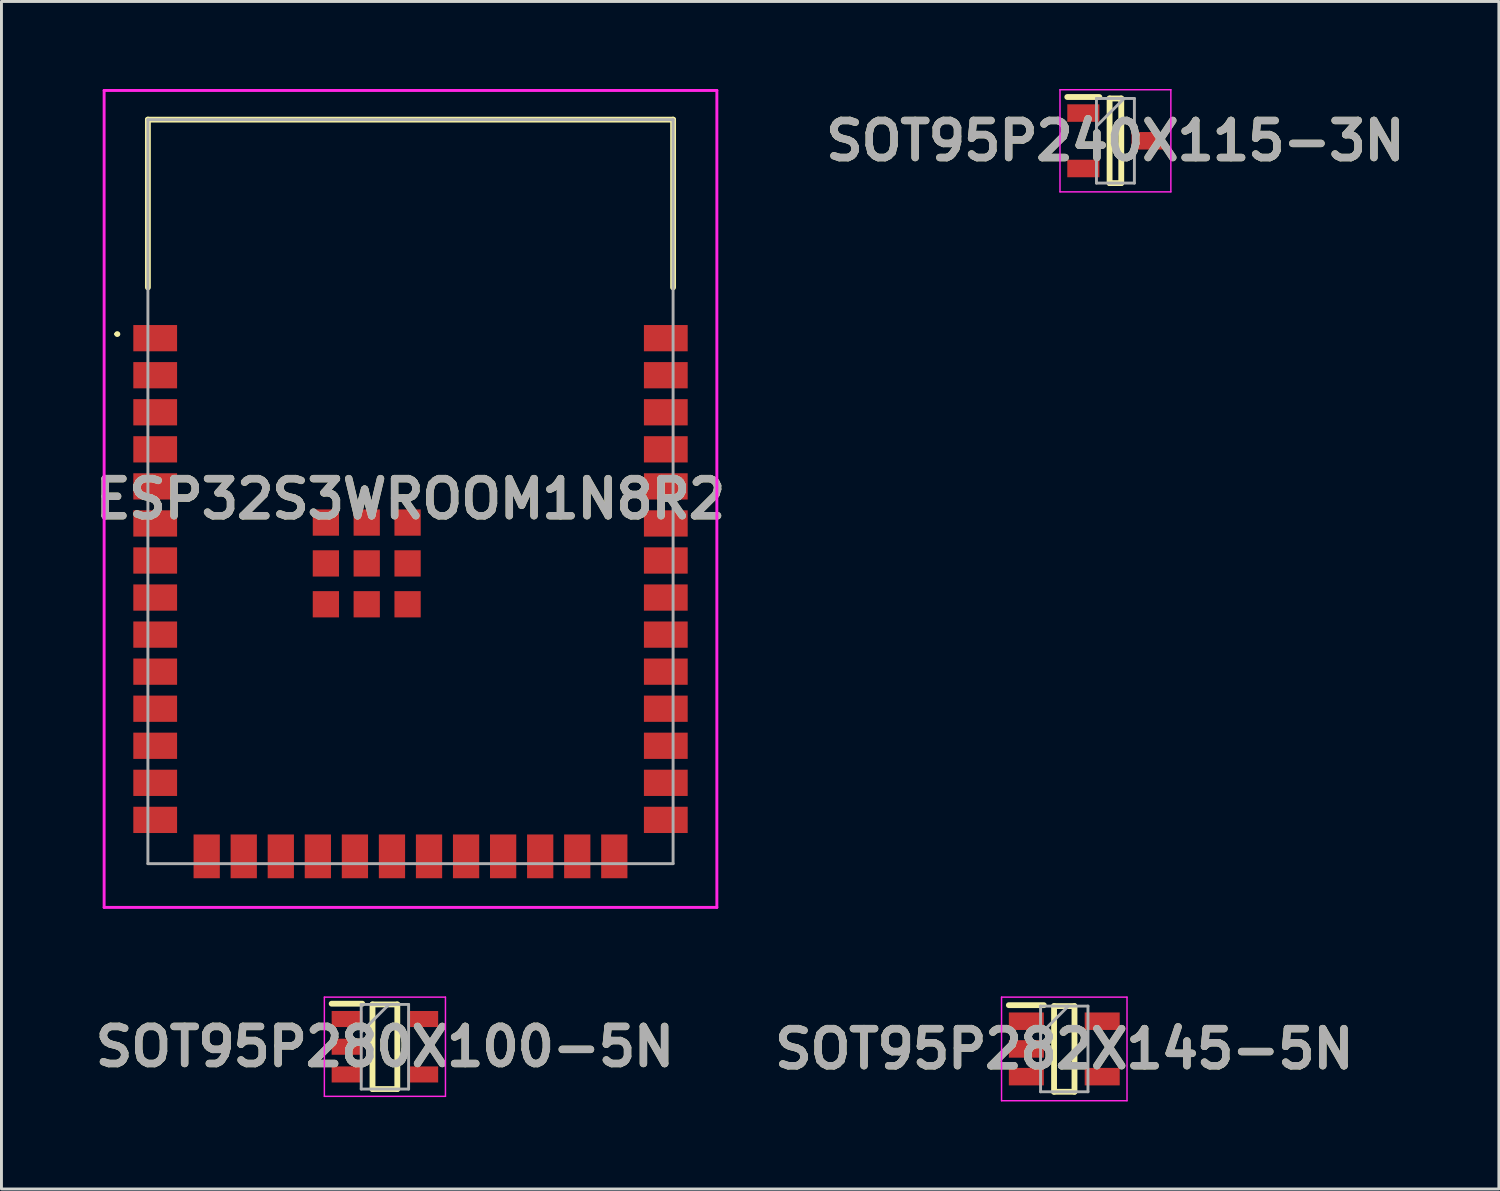
<source format=kicad_pcb>
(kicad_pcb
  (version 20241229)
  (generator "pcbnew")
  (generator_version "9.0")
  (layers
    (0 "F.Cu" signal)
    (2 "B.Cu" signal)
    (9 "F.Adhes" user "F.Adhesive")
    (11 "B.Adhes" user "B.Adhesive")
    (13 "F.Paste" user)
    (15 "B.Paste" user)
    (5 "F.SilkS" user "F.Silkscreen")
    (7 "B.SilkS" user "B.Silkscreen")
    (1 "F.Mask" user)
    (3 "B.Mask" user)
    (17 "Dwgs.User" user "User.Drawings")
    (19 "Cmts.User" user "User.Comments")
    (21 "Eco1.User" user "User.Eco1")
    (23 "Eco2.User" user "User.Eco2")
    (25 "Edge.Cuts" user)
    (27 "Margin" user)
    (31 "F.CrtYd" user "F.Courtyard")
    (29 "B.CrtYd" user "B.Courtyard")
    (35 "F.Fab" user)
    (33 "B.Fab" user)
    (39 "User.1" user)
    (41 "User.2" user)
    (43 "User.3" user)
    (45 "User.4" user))
  (footprint "SOT95P280X100-5N"
    (layer "F.Cu")
    (at 10.142 32.825)
    (property "Reference" "SOT95P280X100-5N" (at 0 0 0) (layer "F.SilkS") (effects (font (size 1.27 1.27) (thickness 0.254))))
    (attr smd)
    (fp_line (start -1.825 -1.475) (end -0.775 -1.475) (stroke (width 0.2) (type solid)) (layer "F.SilkS"))
    (fp_line (start -0.425 -1.45) (end 0.425 -1.45) (stroke (width 0.2) (type solid)) (layer "F.SilkS"))
    (fp_line (start -0.425 1.45) (end -0.425 -1.45) (stroke (width 0.2) (type solid)) (layer "F.SilkS"))
    (fp_line (start 0.425 -1.45) (end 0.425 1.45) (stroke (width 0.2) (type solid)) (layer "F.SilkS"))
    (fp_line (start 0.425 1.45) (end -0.425 1.45) (stroke (width 0.2) (type solid)) (layer "F.SilkS"))
    (fp_line (start -2.075 -1.7) (end 2.075 -1.7) (stroke (width 0.05) (type solid)) (layer "F.CrtYd"))
    (fp_line (start -2.075 1.7) (end -2.075 -1.7) (stroke (width 0.05) (type solid)) (layer "F.CrtYd"))
    (fp_line (start 2.075 -1.7) (end 2.075 1.7) (stroke (width 0.05) (type solid)) (layer "F.CrtYd"))
    (fp_line (start 2.075 1.7) (end -2.075 1.7) (stroke (width 0.05) (type solid)) (layer "F.CrtYd"))
    (fp_line (start -0.812 -1.45) (end 0.812 -1.45) (stroke (width 0.1) (type solid)) (layer "F.Fab"))
    (fp_line (start -0.812 -0.5) (end 0.138 -1.45) (stroke (width 0.1) (type solid)) (layer "F.Fab"))
    (fp_line (start -0.812 1.45) (end -0.812 -1.45) (stroke (width 0.1) (type solid)) (layer "F.Fab"))
    (fp_line (start 0.812 -1.45) (end 0.812 1.45) (stroke (width 0.1) (type solid)) (layer "F.Fab"))
    (fp_line (start 0.812 1.45) (end -0.812 1.45) (stroke (width 0.1) (type solid)) (layer "F.Fab"))
    (fp_text user "${REFERENCE}" (at 0 0 0) (layer "F.Fab") (effects (font (size 1.27 1.27) (thickness 0.254))))
    (pad "1" smd rect (at -1.3 -0.95 90) (size 0.55 1.05) (layers "F.Cu" "F.Mask" "F.Paste"))
    (pad "2" smd rect (at -1.3 0 90) (size 0.55 1.05) (layers "F.Cu" "F.Mask" "F.Paste"))
    (pad "3" smd rect (at -1.3 0.95 90) (size 0.55 1.05) (layers "F.Cu" "F.Mask" "F.Paste"))
    (pad "4" smd rect (at 1.3 0.95 90) (size 0.55 1.05) (layers "F.Cu" "F.Mask" "F.Paste"))
    (pad "5" smd rect (at 1.3 -0.95 90) (size 0.55 1.05) (layers "F.Cu" "F.Mask" "F.Paste")))
  (footprint "SOT95P240X115-3N"
    (layer "F.Cu")
    (at 35.179 1.775)
    (property "Reference" "SOT95P240X115-3N" (at 0 0 0) (layer "F.SilkS") (effects (font (size 1.27 1.27) (thickness 0.254))))
    (attr smd)
    (fp_line (start -1.65 -1.5) (end -0.55 -1.5) (stroke (width 0.2) (type solid)) (layer "F.SilkS"))
    (fp_line (start -0.2 -1.45) (end 0.2 -1.45) (stroke (width 0.2) (type solid)) (layer "F.SilkS"))
    (fp_line (start -0.2 1.45) (end -0.2 -1.45) (stroke (width 0.2) (type solid)) (layer "F.SilkS"))
    (fp_line (start 0.2 -1.45) (end 0.2 1.45) (stroke (width 0.2) (type solid)) (layer "F.SilkS"))
    (fp_line (start 0.2 1.45) (end -0.2 1.45) (stroke (width 0.2) (type solid)) (layer "F.SilkS"))
    (fp_line (start -1.9 -1.75) (end 1.9 -1.75) (stroke (width 0.05) (type solid)) (layer "F.CrtYd"))
    (fp_line (start -1.9 1.75) (end -1.9 -1.75) (stroke (width 0.05) (type solid)) (layer "F.CrtYd"))
    (fp_line (start 1.9 -1.75) (end 1.9 1.75) (stroke (width 0.05) (type solid)) (layer "F.CrtYd"))
    (fp_line (start 1.9 1.75) (end -1.9 1.75) (stroke (width 0.05) (type solid)) (layer "F.CrtYd"))
    (fp_line (start -0.65 -1.45) (end 0.65 -1.45) (stroke (width 0.1) (type solid)) (layer "F.Fab"))
    (fp_line (start -0.65 -0.5) (end 0.3 -1.45) (stroke (width 0.1) (type solid)) (layer "F.Fab"))
    (fp_line (start -0.65 1.45) (end -0.65 -1.45) (stroke (width 0.1) (type solid)) (layer "F.Fab"))
    (fp_line (start 0.65 -1.45) (end 0.65 1.45) (stroke (width 0.1) (type solid)) (layer "F.Fab"))
    (fp_line (start 0.65 1.45) (end -0.65 1.45) (stroke (width 0.1) (type solid)) (layer "F.Fab"))
    (fp_text user "${REFERENCE}" (at 0 0 0) (layer "F.Fab") (effects (font (size 1.27 1.27) (thickness 0.254))))
    (pad "1" smd rect (at -1.1 -0.95 90) (size 0.6 1.1) (layers "F.Cu" "F.Mask" "F.Paste"))
    (pad "2" smd rect (at -1.1 0.95 90) (size 0.6 1.1) (layers "F.Cu" "F.Mask" "F.Paste"))
    (pad "3" smd rect (at 1.1 0 90) (size 0.6 1.1) (layers "F.Cu" "F.Mask" "F.Paste")))
  (footprint "ESP32S3WROOM1N8R2"
    (layer "F.Cu")
    (at 11.019 13.8)
    (property "Reference" "ESP32S3WROOM1N8R2" (at 0 0.25 0) (layer "F.SilkS") (effects (font (size 1.27 1.27) (thickness 0.254))))
    (attr smd)
    (fp_line (start -10.1 -5.4) (end -10.1 -5.4) (stroke (width 0.1) (type solid)) (layer "F.SilkS"))
    (fp_line (start -10 -5.4) (end -10 -5.4) (stroke (width 0.1) (type solid)) (layer "F.SilkS"))
    (fp_line (start -9 -12.75) (end 9 -12.75) (stroke (width 0.2) (type solid)) (layer "F.SilkS"))
    (fp_line (start -9 -7) (end -9 -12.75) (stroke (width 0.2) (type solid)) (layer "F.SilkS"))
    (fp_line (start 9 -12.75) (end 9 -7) (stroke (width 0.2) (type solid)) (layer "F.SilkS"))
    (fp_arc (start -10.1 -5.4) (mid -10.05 -5.45) (end -10 -5.4) (stroke (width 0.1) (type solid)) (layer "F.SilkS"))
    (fp_arc (start -10 -5.4) (mid -10.05 -5.35) (end -10.1 -5.4) (stroke (width 0.1) (type solid)) (layer "F.SilkS"))
    (fp_line (start -10.5 -13.75) (end 10.5 -13.75) (stroke (width 0.1) (type solid)) (layer "F.CrtYd"))
    (fp_line (start -10.5 14.25) (end -10.5 -13.75) (stroke (width 0.1) (type solid)) (layer "F.CrtYd"))
    (fp_line (start 10.5 -13.75) (end 10.5 14.25) (stroke (width 0.1) (type solid)) (layer "F.CrtYd"))
    (fp_line (start 10.5 14.25) (end -10.5 14.25) (stroke (width 0.1) (type solid)) (layer "F.CrtYd"))
    (fp_line (start -9 -12.75) (end 9 -12.75) (stroke (width 0.1) (type solid)) (layer "F.Fab"))
    (fp_line (start -9 12.75) (end -9 -12.75) (stroke (width 0.1) (type solid)) (layer "F.Fab"))
    (fp_line (start 9 -12.75) (end 9 12.75) (stroke (width 0.1) (type solid)) (layer "F.Fab"))
    (fp_line (start 9 12.75) (end -9 12.75) (stroke (width 0.1) (type solid)) (layer "F.Fab"))
    (fp_text user "${REFERENCE}" (at 0 0.25 0) (layer "F.Fab") (effects (font (size 1.27 1.27) (thickness 0.254))))
    (pad "1" smd rect (at -8.75 -5.26 90) (size 0.9 1.5) (layers "F.Cu" "F.Mask" "F.Paste"))
    (pad "2" smd rect (at -8.75 -3.99 90) (size 0.9 1.5) (layers "F.Cu" "F.Mask" "F.Paste"))
    (pad "3" smd rect (at -8.75 -2.72 90) (size 0.9 1.5) (layers "F.Cu" "F.Mask" "F.Paste"))
    (pad "4" smd rect (at -8.75 -1.45 90) (size 0.9 1.5) (layers "F.Cu" "F.Mask" "F.Paste"))
    (pad "5" smd rect (at -8.75 -0.18 90) (size 0.9 1.5) (layers "F.Cu" "F.Mask" "F.Paste"))
    (pad "6" smd rect (at -8.75 1.09 90) (size 0.9 1.5) (layers "F.Cu" "F.Mask" "F.Paste"))
    (pad "7" smd rect (at -8.75 2.36 90) (size 0.9 1.5) (layers "F.Cu" "F.Mask" "F.Paste"))
    (pad "8" smd rect (at -8.75 3.63 90) (size 0.9 1.5) (layers "F.Cu" "F.Mask" "F.Paste"))
    (pad "9" smd rect (at -8.75 4.9 90) (size 0.9 1.5) (layers "F.Cu" "F.Mask" "F.Paste"))
    (pad "10" smd rect (at -8.75 6.17 90) (size 0.9 1.5) (layers "F.Cu" "F.Mask" "F.Paste"))
    (pad "11" smd rect (at -8.75 7.44 90) (size 0.9 1.5) (layers "F.Cu" "F.Mask" "F.Paste"))
    (pad "12" smd rect (at -8.75 8.71 90) (size 0.9 1.5) (layers "F.Cu" "F.Mask" "F.Paste"))
    (pad "13" smd rect (at -8.75 9.98 90) (size 0.9 1.5) (layers "F.Cu" "F.Mask" "F.Paste"))
    (pad "14" smd rect (at -8.75 11.25 90) (size 0.9 1.5) (layers "F.Cu" "F.Mask" "F.Paste"))
    (pad "15" smd rect (at -6.985 12.5) (size 0.9 1.5) (layers "F.Cu" "F.Mask" "F.Paste"))
    (pad "16" smd rect (at -5.715 12.5) (size 0.9 1.5) (layers "F.Cu" "F.Mask" "F.Paste"))
    (pad "17" smd rect (at -4.445 12.5) (size 0.9 1.5) (layers "F.Cu" "F.Mask" "F.Paste"))
    (pad "18" smd rect (at -3.175 12.5) (size 0.9 1.5) (layers "F.Cu" "F.Mask" "F.Paste"))
    (pad "19" smd rect (at -1.905 12.5) (size 0.9 1.5) (layers "F.Cu" "F.Mask" "F.Paste"))
    (pad "20" smd rect (at -0.635 12.5) (size 0.9 1.5) (layers "F.Cu" "F.Mask" "F.Paste"))
    (pad "21" smd rect (at 0.635 12.5) (size 0.9 1.5) (layers "F.Cu" "F.Mask" "F.Paste"))
    (pad "22" smd rect (at 1.905 12.5) (size 0.9 1.5) (layers "F.Cu" "F.Mask" "F.Paste"))
    (pad "23" smd rect (at 3.175 12.5) (size 0.9 1.5) (layers "F.Cu" "F.Mask" "F.Paste"))
    (pad "24" smd rect (at 4.445 12.5) (size 0.9 1.5) (layers "F.Cu" "F.Mask" "F.Paste"))
    (pad "25" smd rect (at 5.715 12.5) (size 0.9 1.5) (layers "F.Cu" "F.Mask" "F.Paste"))
    (pad "26" smd rect (at 6.985 12.5) (size 0.9 1.5) (layers "F.Cu" "F.Mask" "F.Paste"))
    (pad "27" smd rect (at 8.75 11.25 90) (size 0.9 1.5) (layers "F.Cu" "F.Mask" "F.Paste"))
    (pad "28" smd rect (at 8.75 9.98 90) (size 0.9 1.5) (layers "F.Cu" "F.Mask" "F.Paste"))
    (pad "29" smd rect (at 8.75 8.71 90) (size 0.9 1.5) (layers "F.Cu" "F.Mask" "F.Paste"))
    (pad "30" smd rect (at 8.75 7.44 90) (size 0.9 1.5) (layers "F.Cu" "F.Mask" "F.Paste"))
    (pad "31" smd rect (at 8.75 6.17 90) (size 0.9 1.5) (layers "F.Cu" "F.Mask" "F.Paste"))
    (pad "32" smd rect (at 8.75 4.9 90) (size 0.9 1.5) (layers "F.Cu" "F.Mask" "F.Paste"))
    (pad "33" smd rect (at 8.75 3.63 90) (size 0.9 1.5) (layers "F.Cu" "F.Mask" "F.Paste"))
    (pad "34" smd rect (at 8.75 2.36 90) (size 0.9 1.5) (layers "F.Cu" "F.Mask" "F.Paste"))
    (pad "35" smd rect (at 8.75 1.09 90) (size 0.9 1.5) (layers "F.Cu" "F.Mask" "F.Paste"))
    (pad "36" smd rect (at 8.75 -0.18 90) (size 0.9 1.5) (layers "F.Cu" "F.Mask" "F.Paste"))
    (pad "37" smd rect (at 8.75 -1.45 90) (size 0.9 1.5) (layers "F.Cu" "F.Mask" "F.Paste"))
    (pad "38" smd rect (at 8.75 -2.72 90) (size 0.9 1.5) (layers "F.Cu" "F.Mask" "F.Paste"))
    (pad "39" smd rect (at 8.75 -3.99 90) (size 0.9 1.5) (layers "F.Cu" "F.Mask" "F.Paste"))
    (pad "40" smd rect (at 8.75 -5.26 90) (size 0.9 1.5) (layers "F.Cu" "F.Mask" "F.Paste"))
    (pad "41" smd rect (at -1.5 2.46) (size 0.9 0.9) (layers "F.Cu" "F.Mask" "F.Paste"))
    (pad "42" smd rect (at -1.5 1.06) (size 0.9 0.9) (layers "F.Cu" "F.Mask" "F.Paste"))
    (pad "43" smd rect (at -2.9 1.06) (size 0.9 0.9) (layers "F.Cu" "F.Mask" "F.Paste"))
    (pad "44" smd rect (at -2.9 2.46) (size 0.9 0.9) (layers "F.Cu" "F.Mask" "F.Paste"))
    (pad "45" smd rect (at -2.9 3.86) (size 0.9 0.9) (layers "F.Cu" "F.Mask" "F.Paste"))
    (pad "46" smd rect (at -1.5 3.86) (size 0.9 0.9) (layers "F.Cu" "F.Mask" "F.Paste"))
    (pad "47" smd rect (at -0.1 3.86) (size 0.9 0.9) (layers "F.Cu" "F.Mask" "F.Paste"))
    (pad "48" smd rect (at -0.1 2.46) (size 0.9 0.9) (layers "F.Cu" "F.Mask" "F.Paste"))
    (pad "49" smd rect (at -0.1 1.06) (size 0.9 0.9) (layers "F.Cu" "F.Mask" "F.Paste")))
  (footprint "SOT95P282X145-5N"
    (layer "F.Cu")
    (at 33.426 32.9)
    (property "Reference" "SOT95P282X145-5N" (at 0 0 0) (layer "F.SilkS") (effects (font (size 1.27 1.27) (thickness 0.254))))
    (attr smd)
    (fp_line (start -1.9 -1.5) (end -0.7 -1.5) (stroke (width 0.2) (type solid)) (layer "F.SilkS"))
    (fp_line (start -0.35 -1.468) (end 0.35 -1.468) (stroke (width 0.2) (type solid)) (layer "F.SilkS"))
    (fp_line (start -0.35 1.468) (end -0.35 -1.468) (stroke (width 0.2) (type solid)) (layer "F.SilkS"))
    (fp_line (start 0.35 -1.468) (end 0.35 1.468) (stroke (width 0.2) (type solid)) (layer "F.SilkS"))
    (fp_line (start 0.35 1.468) (end -0.35 1.468) (stroke (width 0.2) (type solid)) (layer "F.SilkS"))
    (fp_line (start -2.15 -1.775) (end 2.15 -1.775) (stroke (width 0.05) (type solid)) (layer "F.CrtYd"))
    (fp_line (start -2.15 1.775) (end -2.15 -1.775) (stroke (width 0.05) (type solid)) (layer "F.CrtYd"))
    (fp_line (start 2.15 -1.775) (end 2.15 1.775) (stroke (width 0.05) (type solid)) (layer "F.CrtYd"))
    (fp_line (start 2.15 1.775) (end -2.15 1.775) (stroke (width 0.05) (type solid)) (layer "F.CrtYd"))
    (fp_line (start -0.812 -1.468) (end 0.812 -1.468) (stroke (width 0.1) (type solid)) (layer "F.Fab"))
    (fp_line (start -0.812 -0.518) (end 0.138 -1.468) (stroke (width 0.1) (type solid)) (layer "F.Fab"))
    (fp_line (start -0.812 1.468) (end -0.812 -1.468) (stroke (width 0.1) (type solid)) (layer "F.Fab"))
    (fp_line (start 0.812 -1.468) (end 0.812 1.468) (stroke (width 0.1) (type solid)) (layer "F.Fab"))
    (fp_line (start 0.812 1.468) (end -0.812 1.468) (stroke (width 0.1) (type solid)) (layer "F.Fab"))
    (fp_text user "${REFERENCE}" (at 0 0 0) (layer "F.Fab") (effects (font (size 1.27 1.27) (thickness 0.254))))
    (pad "1" smd rect (at -1.3 -0.95 90) (size 0.6 1.2) (layers "F.Cu" "F.Mask" "F.Paste"))
    (pad "2" smd rect (at -1.3 0 90) (size 0.6 1.2) (layers "F.Cu" "F.Mask" "F.Paste"))
    (pad "3" smd rect (at -1.3 0.95 90) (size 0.6 1.2) (layers "F.Cu" "F.Mask" "F.Paste"))
    (pad "4" smd rect (at 1.3 0.95 90) (size 0.6 1.2) (layers "F.Cu" "F.Mask" "F.Paste"))
    (pad "5" smd rect (at 1.3 -0.95 90) (size 0.6 1.2) (layers "F.Cu" "F.Mask" "F.Paste")))
  (gr_rect
    (start -3 -3)
    (end 48.321 37.7)
    (stroke (width 0.1) (type default))
    (fill no)
    (layer "Edge.Cuts")))
</source>
